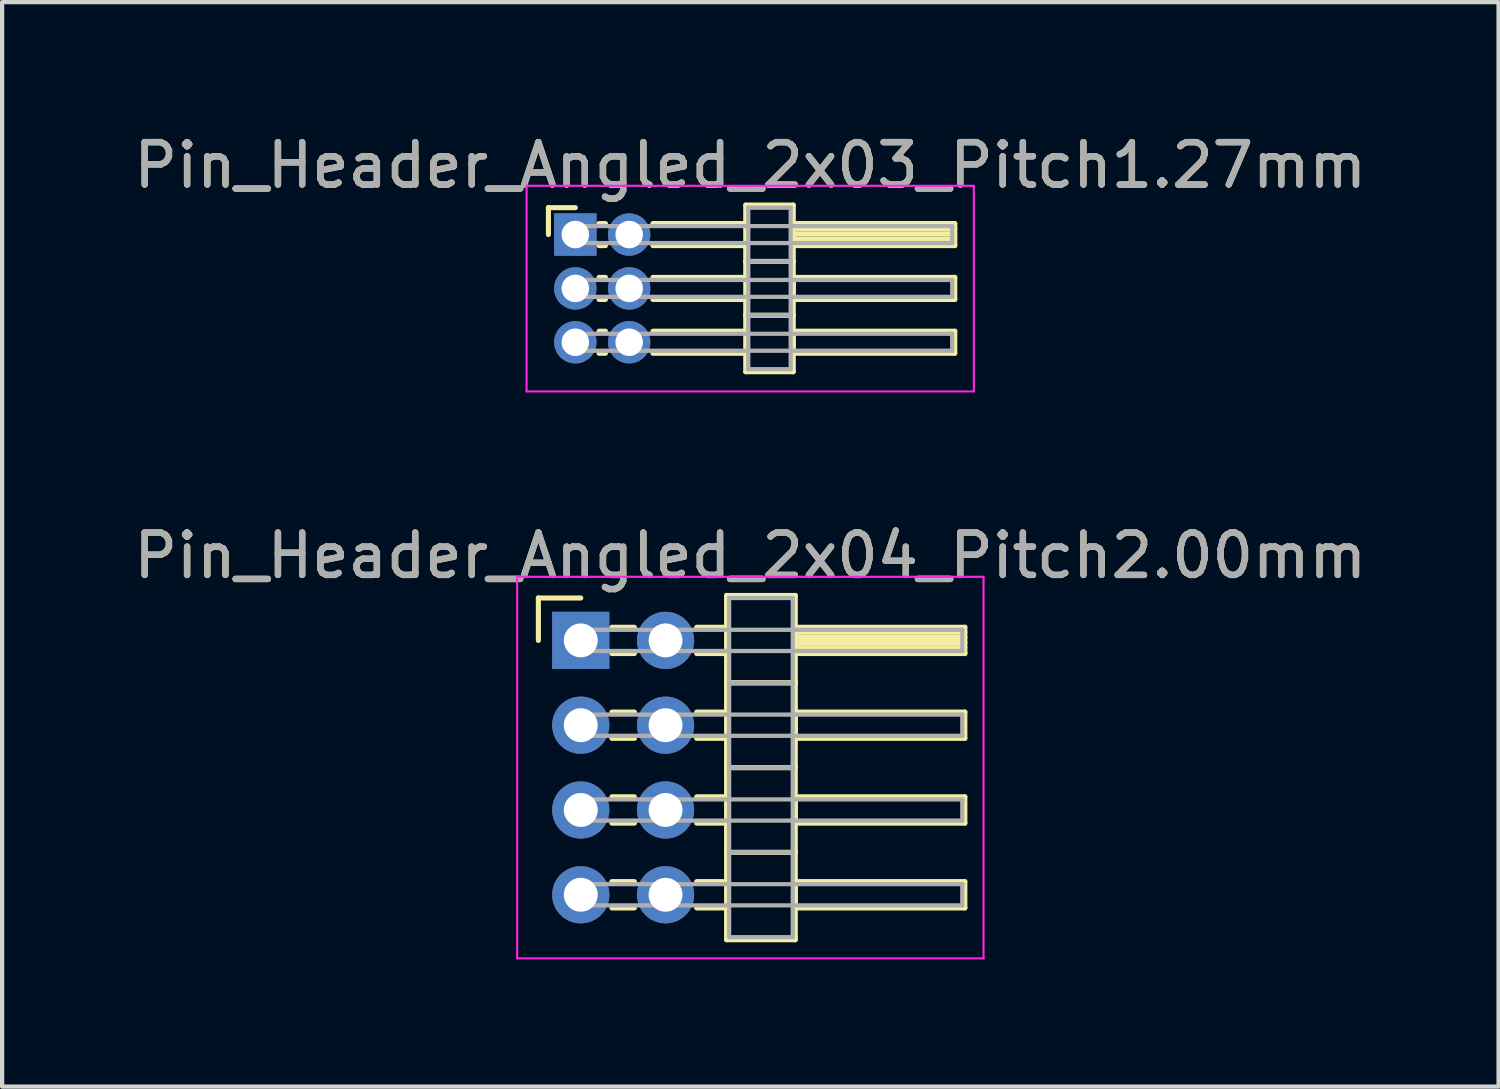
<source format=kicad_pcb>
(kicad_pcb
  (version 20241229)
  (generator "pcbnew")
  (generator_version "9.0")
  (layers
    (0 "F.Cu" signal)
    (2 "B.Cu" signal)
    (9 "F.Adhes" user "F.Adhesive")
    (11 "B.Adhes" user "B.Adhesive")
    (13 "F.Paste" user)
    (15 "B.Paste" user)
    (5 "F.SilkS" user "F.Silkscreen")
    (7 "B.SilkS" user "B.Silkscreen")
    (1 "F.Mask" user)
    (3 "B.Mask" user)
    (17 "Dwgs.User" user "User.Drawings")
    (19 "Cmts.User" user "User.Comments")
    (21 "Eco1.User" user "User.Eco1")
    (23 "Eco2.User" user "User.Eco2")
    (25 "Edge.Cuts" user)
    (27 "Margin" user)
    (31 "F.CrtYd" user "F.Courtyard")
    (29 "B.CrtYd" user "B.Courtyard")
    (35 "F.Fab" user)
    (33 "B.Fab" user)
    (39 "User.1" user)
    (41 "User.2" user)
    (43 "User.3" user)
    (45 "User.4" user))
  (footprint "Pin_Header_Angled_2x04_Pitch2.00mm"
    (layer "F.Cu")
    (at 10.649 12.056)
    (property "Reference" "Pin_Header_Angled_2x04_Pitch2.00mm" (at 4 -2 0) (layer "F.SilkS") (effects (font (size 1 1) (thickness 0.15))))
    (attr through_hole)
    (fp_line (start -1 -1) (end 0 -1) (stroke (width 0.12) (type solid)) (layer "F.SilkS"))
    (fp_line (start -1 0) (end -1 -1) (stroke (width 0.12) (type solid)) (layer "F.SilkS"))
    (fp_line (start 0.735 -0.31) (end 1.265 -0.31) (stroke (width 0.12) (type solid)) (layer "F.SilkS"))
    (fp_line (start 0.735 0.31) (end 1.265 0.31) (stroke (width 0.12) (type solid)) (layer "F.SilkS"))
    (fp_line (start 0.735 1.69) (end 1.265 1.69) (stroke (width 0.12) (type solid)) (layer "F.SilkS"))
    (fp_line (start 0.735 2.31) (end 1.265 2.31) (stroke (width 0.12) (type solid)) (layer "F.SilkS"))
    (fp_line (start 0.735 3.69) (end 1.265 3.69) (stroke (width 0.12) (type solid)) (layer "F.SilkS"))
    (fp_line (start 0.735 4.31) (end 1.265 4.31) (stroke (width 0.12) (type solid)) (layer "F.SilkS"))
    (fp_line (start 0.735 5.69) (end 1.265 5.69) (stroke (width 0.12) (type solid)) (layer "F.SilkS"))
    (fp_line (start 0.735 6.31) (end 1.265 6.31) (stroke (width 0.12) (type solid)) (layer "F.SilkS"))
    (fp_line (start 2.735 -0.31) (end 3.44 -0.31) (stroke (width 0.12) (type solid)) (layer "F.SilkS"))
    (fp_line (start 2.735 0.31) (end 3.44 0.31) (stroke (width 0.12) (type solid)) (layer "F.SilkS"))
    (fp_line (start 2.735 1.69) (end 3.44 1.69) (stroke (width 0.12) (type solid)) (layer "F.SilkS"))
    (fp_line (start 2.735 2.31) (end 3.44 2.31) (stroke (width 0.12) (type solid)) (layer "F.SilkS"))
    (fp_line (start 2.735 3.69) (end 3.44 3.69) (stroke (width 0.12) (type solid)) (layer "F.SilkS"))
    (fp_line (start 2.735 4.31) (end 3.44 4.31) (stroke (width 0.12) (type solid)) (layer "F.SilkS"))
    (fp_line (start 2.735 5.69) (end 3.44 5.69) (stroke (width 0.12) (type solid)) (layer "F.SilkS"))
    (fp_line (start 2.735 6.31) (end 3.44 6.31) (stroke (width 0.12) (type solid)) (layer "F.SilkS"))
    (fp_line (start 3.44 -1.06) (end 3.44 1) (stroke (width 0.12) (type solid)) (layer "F.SilkS"))
    (fp_line (start 3.44 1) (end 3.44 3) (stroke (width 0.12) (type solid)) (layer "F.SilkS"))
    (fp_line (start 3.44 1) (end 5.06 1) (stroke (width 0.12) (type solid)) (layer "F.SilkS"))
    (fp_line (start 3.44 3) (end 3.44 5) (stroke (width 0.12) (type solid)) (layer "F.SilkS"))
    (fp_line (start 3.44 3) (end 5.06 3) (stroke (width 0.12) (type solid)) (layer "F.SilkS"))
    (fp_line (start 3.44 5) (end 3.44 7.06) (stroke (width 0.12) (type solid)) (layer "F.SilkS"))
    (fp_line (start 3.44 5) (end 5.06 5) (stroke (width 0.12) (type solid)) (layer "F.SilkS"))
    (fp_line (start 3.44 7.06) (end 5.06 7.06) (stroke (width 0.12) (type solid)) (layer "F.SilkS"))
    (fp_line (start 5.06 -1.06) (end 3.44 -1.06) (stroke (width 0.12) (type solid)) (layer "F.SilkS"))
    (fp_line (start 5.06 -0.31) (end 5.06 0.31) (stroke (width 0.12) (type solid)) (layer "F.SilkS"))
    (fp_line (start 5.06 -0.19) (end 9.06 -0.19) (stroke (width 0.12) (type solid)) (layer "F.SilkS"))
    (fp_line (start 5.06 -0.07) (end 9.06 -0.07) (stroke (width 0.12) (type solid)) (layer "F.SilkS"))
    (fp_line (start 5.06 0.05) (end 9.06 0.05) (stroke (width 0.12) (type solid)) (layer "F.SilkS"))
    (fp_line (start 5.06 0.17) (end 9.06 0.17) (stroke (width 0.12) (type solid)) (layer "F.SilkS"))
    (fp_line (start 5.06 0.29) (end 9.06 0.29) (stroke (width 0.12) (type solid)) (layer "F.SilkS"))
    (fp_line (start 5.06 0.31) (end 9.06 0.31) (stroke (width 0.12) (type solid)) (layer "F.SilkS"))
    (fp_line (start 5.06 1) (end 3.44 1) (stroke (width 0.12) (type solid)) (layer "F.SilkS"))
    (fp_line (start 5.06 1) (end 5.06 -1.06) (stroke (width 0.12) (type solid)) (layer "F.SilkS"))
    (fp_line (start 5.06 1.69) (end 5.06 2.31) (stroke (width 0.12) (type solid)) (layer "F.SilkS"))
    (fp_line (start 5.06 2.31) (end 9.06 2.31) (stroke (width 0.12) (type solid)) (layer "F.SilkS"))
    (fp_line (start 5.06 3) (end 3.44 3) (stroke (width 0.12) (type solid)) (layer "F.SilkS"))
    (fp_line (start 5.06 3) (end 5.06 1) (stroke (width 0.12) (type solid)) (layer "F.SilkS"))
    (fp_line (start 5.06 3.69) (end 5.06 4.31) (stroke (width 0.12) (type solid)) (layer "F.SilkS"))
    (fp_line (start 5.06 4.31) (end 9.06 4.31) (stroke (width 0.12) (type solid)) (layer "F.SilkS"))
    (fp_line (start 5.06 5) (end 3.44 5) (stroke (width 0.12) (type solid)) (layer "F.SilkS"))
    (fp_line (start 5.06 5) (end 5.06 3) (stroke (width 0.12) (type solid)) (layer "F.SilkS"))
    (fp_line (start 5.06 5.69) (end 5.06 6.31) (stroke (width 0.12) (type solid)) (layer "F.SilkS"))
    (fp_line (start 5.06 6.31) (end 9.06 6.31) (stroke (width 0.12) (type solid)) (layer "F.SilkS"))
    (fp_line (start 5.06 7.06) (end 5.06 5) (stroke (width 0.12) (type solid)) (layer "F.SilkS"))
    (fp_line (start 9.06 -0.31) (end 5.06 -0.31) (stroke (width 0.12) (type solid)) (layer "F.SilkS"))
    (fp_line (start 9.06 0.31) (end 9.06 -0.31) (stroke (width 0.12) (type solid)) (layer "F.SilkS"))
    (fp_line (start 9.06 1.69) (end 5.06 1.69) (stroke (width 0.12) (type solid)) (layer "F.SilkS"))
    (fp_line (start 9.06 2.31) (end 9.06 1.69) (stroke (width 0.12) (type solid)) (layer "F.SilkS"))
    (fp_line (start 9.06 3.69) (end 5.06 3.69) (stroke (width 0.12) (type solid)) (layer "F.SilkS"))
    (fp_line (start 9.06 4.31) (end 9.06 3.69) (stroke (width 0.12) (type solid)) (layer "F.SilkS"))
    (fp_line (start 9.06 5.69) (end 5.06 5.69) (stroke (width 0.12) (type solid)) (layer "F.SilkS"))
    (fp_line (start 9.06 6.31) (end 9.06 5.69) (stroke (width 0.12) (type solid)) (layer "F.SilkS"))
    (fp_line (start -1.5 -1.5) (end -1.5 7.5) (stroke (width 0.05) (type solid)) (layer "F.CrtYd"))
    (fp_line (start -1.5 7.5) (end 9.5 7.5) (stroke (width 0.05) (type solid)) (layer "F.CrtYd"))
    (fp_line (start 9.5 -1.5) (end -1.5 -1.5) (stroke (width 0.05) (type solid)) (layer "F.CrtYd"))
    (fp_line (start 9.5 7.5) (end 9.5 -1.5) (stroke (width 0.05) (type solid)) (layer "F.CrtYd"))
    (fp_line (start 0 -0.25) (end 0 0.25) (stroke (width 0.1) (type solid)) (layer "F.Fab"))
    (fp_line (start 0 0.25) (end 9 0.25) (stroke (width 0.1) (type solid)) (layer "F.Fab"))
    (fp_line (start 0 1.75) (end 0 2.25) (stroke (width 0.1) (type solid)) (layer "F.Fab"))
    (fp_line (start 0 2.25) (end 9 2.25) (stroke (width 0.1) (type solid)) (layer "F.Fab"))
    (fp_line (start 0 3.75) (end 0 4.25) (stroke (width 0.1) (type solid)) (layer "F.Fab"))
    (fp_line (start 0 4.25) (end 9 4.25) (stroke (width 0.1) (type solid)) (layer "F.Fab"))
    (fp_line (start 0 5.75) (end 0 6.25) (stroke (width 0.1) (type solid)) (layer "F.Fab"))
    (fp_line (start 0 6.25) (end 9 6.25) (stroke (width 0.1) (type solid)) (layer "F.Fab"))
    (fp_line (start 3.5 -1) (end 3.5 1) (stroke (width 0.1) (type solid)) (layer "F.Fab"))
    (fp_line (start 3.5 1) (end 3.5 3) (stroke (width 0.1) (type solid)) (layer "F.Fab"))
    (fp_line (start 3.5 1) (end 5 1) (stroke (width 0.1) (type solid)) (layer "F.Fab"))
    (fp_line (start 3.5 3) (end 3.5 5) (stroke (width 0.1) (type solid)) (layer "F.Fab"))
    (fp_line (start 3.5 3) (end 5 3) (stroke (width 0.1) (type solid)) (layer "F.Fab"))
    (fp_line (start 3.5 5) (end 3.5 7) (stroke (width 0.1) (type solid)) (layer "F.Fab"))
    (fp_line (start 3.5 5) (end 5 5) (stroke (width 0.1) (type solid)) (layer "F.Fab"))
    (fp_line (start 3.5 7) (end 5 7) (stroke (width 0.1) (type solid)) (layer "F.Fab"))
    (fp_line (start 5 -1) (end 3.5 -1) (stroke (width 0.1) (type solid)) (layer "F.Fab"))
    (fp_line (start 5 1) (end 3.5 1) (stroke (width 0.1) (type solid)) (layer "F.Fab"))
    (fp_line (start 5 1) (end 5 -1) (stroke (width 0.1) (type solid)) (layer "F.Fab"))
    (fp_line (start 5 3) (end 3.5 3) (stroke (width 0.1) (type solid)) (layer "F.Fab"))
    (fp_line (start 5 3) (end 5 1) (stroke (width 0.1) (type solid)) (layer "F.Fab"))
    (fp_line (start 5 5) (end 3.5 5) (stroke (width 0.1) (type solid)) (layer "F.Fab"))
    (fp_line (start 5 5) (end 5 3) (stroke (width 0.1) (type solid)) (layer "F.Fab"))
    (fp_line (start 5 7) (end 5 5) (stroke (width 0.1) (type solid)) (layer "F.Fab"))
    (fp_line (start 9 -0.25) (end 0 -0.25) (stroke (width 0.1) (type solid)) (layer "F.Fab"))
    (fp_line (start 9 0.25) (end 9 -0.25) (stroke (width 0.1) (type solid)) (layer "F.Fab"))
    (fp_line (start 9 1.75) (end 0 1.75) (stroke (width 0.1) (type solid)) (layer "F.Fab"))
    (fp_line (start 9 2.25) (end 9 1.75) (stroke (width 0.1) (type solid)) (layer "F.Fab"))
    (fp_line (start 9 3.75) (end 0 3.75) (stroke (width 0.1) (type solid)) (layer "F.Fab"))
    (fp_line (start 9 4.25) (end 9 3.75) (stroke (width 0.1) (type solid)) (layer "F.Fab"))
    (fp_line (start 9 5.75) (end 0 5.75) (stroke (width 0.1) (type solid)) (layer "F.Fab"))
    (fp_line (start 9 6.25) (end 9 5.75) (stroke (width 0.1) (type solid)) (layer "F.Fab"))
    (fp_text user "${REFERENCE}" (at 4 -2 0) (layer "F.Fab") (effects (font (size 1 1) (thickness 0.15))))
    (pad "1" thru_hole rect (at 0 0) (size 1.35 1.35) (drill 0.8) (layers "*.Cu" "*.Mask"))
    (pad "2" thru_hole oval (at 2 0) (size 1.35 1.35) (drill 0.8) (layers "*.Cu" "*.Mask"))
    (pad "3" thru_hole oval (at 0 2) (size 1.35 1.35) (drill 0.8) (layers "*.Cu" "*.Mask"))
    (pad "4" thru_hole oval (at 2 2) (size 1.35 1.35) (drill 0.8) (layers "*.Cu" "*.Mask"))
    (pad "5" thru_hole oval (at 0 4) (size 1.35 1.35) (drill 0.8) (layers "*.Cu" "*.Mask"))
    (pad "6" thru_hole oval (at 2 4) (size 1.35 1.35) (drill 0.8) (layers "*.Cu" "*.Mask"))
    (pad "7" thru_hole oval (at 0 6) (size 1.35 1.35) (drill 0.8) (layers "*.Cu" "*.Mask"))
    (pad "8" thru_hole oval (at 2 6) (size 1.35 1.35) (drill 0.8) (layers "*.Cu" "*.Mask")))
  (footprint "Pin_Header_Angled_2x03_Pitch1.27mm"
    (layer "F.Cu")
    (at 10.521 2.483)
    (property "Reference" "Pin_Header_Angled_2x03_Pitch1.27mm" (at 4.128 -1.635 0) (layer "F.SilkS") (effects (font (size 1 1) (thickness 0.15))))
    (attr through_hole)
    (fp_line (start -0.635 -0.635) (end 0 -0.635) (stroke (width 0.12) (type solid)) (layer "F.SilkS"))
    (fp_line (start -0.635 0) (end -0.635 -0.635) (stroke (width 0.12) (type solid)) (layer "F.SilkS"))
    (fp_line (start 0.56 -0.26) (end 0.71 -0.26) (stroke (width 0.12) (type solid)) (layer "F.SilkS"))
    (fp_line (start 0.56 0.26) (end 0.71 0.26) (stroke (width 0.12) (type solid)) (layer "F.SilkS"))
    (fp_line (start 0.56 1.01) (end 0.71 1.01) (stroke (width 0.12) (type solid)) (layer "F.SilkS"))
    (fp_line (start 0.56 1.53) (end 0.71 1.53) (stroke (width 0.12) (type solid)) (layer "F.SilkS"))
    (fp_line (start 0.56 2.28) (end 0.71 2.28) (stroke (width 0.12) (type solid)) (layer "F.SilkS"))
    (fp_line (start 0.56 2.8) (end 0.71 2.8) (stroke (width 0.12) (type solid)) (layer "F.SilkS"))
    (fp_line (start 1.83 -0.26) (end 4.02 -0.26) (stroke (width 0.12) (type solid)) (layer "F.SilkS"))
    (fp_line (start 1.83 0.26) (end 4.02 0.26) (stroke (width 0.12) (type solid)) (layer "F.SilkS"))
    (fp_line (start 1.83 1.01) (end 4.02 1.01) (stroke (width 0.12) (type solid)) (layer "F.SilkS"))
    (fp_line (start 1.83 1.53) (end 4.02 1.53) (stroke (width 0.12) (type solid)) (layer "F.SilkS"))
    (fp_line (start 1.83 2.28) (end 4.02 2.28) (stroke (width 0.12) (type solid)) (layer "F.SilkS"))
    (fp_line (start 1.83 2.8) (end 4.02 2.8) (stroke (width 0.12) (type solid)) (layer "F.SilkS"))
    (fp_line (start 4.02 -0.695) (end 4.02 0.635) (stroke (width 0.12) (type solid)) (layer "F.SilkS"))
    (fp_line (start 4.02 0.635) (end 4.02 1.905) (stroke (width 0.12) (type solid)) (layer "F.SilkS"))
    (fp_line (start 4.02 0.635) (end 5.14 0.635) (stroke (width 0.12) (type solid)) (layer "F.SilkS"))
    (fp_line (start 4.02 1.905) (end 4.02 3.235) (stroke (width 0.12) (type solid)) (layer "F.SilkS"))
    (fp_line (start 4.02 1.905) (end 5.14 1.905) (stroke (width 0.12) (type solid)) (layer "F.SilkS"))
    (fp_line (start 4.02 3.235) (end 5.14 3.235) (stroke (width 0.12) (type solid)) (layer "F.SilkS"))
    (fp_line (start 5.14 -0.695) (end 4.02 -0.695) (stroke (width 0.12) (type solid)) (layer "F.SilkS"))
    (fp_line (start 5.14 -0.26) (end 5.14 0.26) (stroke (width 0.12) (type solid)) (layer "F.SilkS"))
    (fp_line (start 5.14 -0.14) (end 8.95 -0.14) (stroke (width 0.12) (type solid)) (layer "F.SilkS"))
    (fp_line (start 5.14 -0.02) (end 8.95 -0.02) (stroke (width 0.12) (type solid)) (layer "F.SilkS"))
    (fp_line (start 5.14 0.1) (end 8.95 0.1) (stroke (width 0.12) (type solid)) (layer "F.SilkS"))
    (fp_line (start 5.14 0.22) (end 8.95 0.22) (stroke (width 0.12) (type solid)) (layer "F.SilkS"))
    (fp_line (start 5.14 0.26) (end 8.95 0.26) (stroke (width 0.12) (type solid)) (layer "F.SilkS"))
    (fp_line (start 5.14 0.635) (end 4.02 0.635) (stroke (width 0.12) (type solid)) (layer "F.SilkS"))
    (fp_line (start 5.14 0.635) (end 5.14 -0.695) (stroke (width 0.12) (type solid)) (layer "F.SilkS"))
    (fp_line (start 5.14 1.01) (end 5.14 1.53) (stroke (width 0.12) (type solid)) (layer "F.SilkS"))
    (fp_line (start 5.14 1.53) (end 8.95 1.53) (stroke (width 0.12) (type solid)) (layer "F.SilkS"))
    (fp_line (start 5.14 1.905) (end 4.02 1.905) (stroke (width 0.12) (type solid)) (layer "F.SilkS"))
    (fp_line (start 5.14 1.905) (end 5.14 0.635) (stroke (width 0.12) (type solid)) (layer "F.SilkS"))
    (fp_line (start 5.14 2.28) (end 5.14 2.8) (stroke (width 0.12) (type solid)) (layer "F.SilkS"))
    (fp_line (start 5.14 2.8) (end 8.95 2.8) (stroke (width 0.12) (type solid)) (layer "F.SilkS"))
    (fp_line (start 5.14 3.235) (end 5.14 1.905) (stroke (width 0.12) (type solid)) (layer "F.SilkS"))
    (fp_line (start 8.95 -0.26) (end 5.14 -0.26) (stroke (width 0.12) (type solid)) (layer "F.SilkS"))
    (fp_line (start 8.95 0.26) (end 8.95 -0.26) (stroke (width 0.12) (type solid)) (layer "F.SilkS"))
    (fp_line (start 8.95 1.01) (end 5.14 1.01) (stroke (width 0.12) (type solid)) (layer "F.SilkS"))
    (fp_line (start 8.95 1.53) (end 8.95 1.01) (stroke (width 0.12) (type solid)) (layer "F.SilkS"))
    (fp_line (start 8.95 2.28) (end 5.14 2.28) (stroke (width 0.12) (type solid)) (layer "F.SilkS"))
    (fp_line (start 8.95 2.8) (end 8.95 2.28) (stroke (width 0.12) (type solid)) (layer "F.SilkS"))
    (fp_line (start -1.15 -1.15) (end -1.15 3.7) (stroke (width 0.05) (type solid)) (layer "F.CrtYd"))
    (fp_line (start -1.15 3.7) (end 9.4 3.7) (stroke (width 0.05) (type solid)) (layer "F.CrtYd"))
    (fp_line (start 9.4 -1.15) (end -1.15 -1.15) (stroke (width 0.05) (type solid)) (layer "F.CrtYd"))
    (fp_line (start 9.4 3.7) (end 9.4 -1.15) (stroke (width 0.05) (type solid)) (layer "F.CrtYd"))
    (fp_line (start 0 -0.2) (end 0 0.2) (stroke (width 0.1) (type solid)) (layer "F.Fab"))
    (fp_line (start 0 0.2) (end 8.89 0.2) (stroke (width 0.1) (type solid)) (layer "F.Fab"))
    (fp_line (start 0 1.07) (end 0 1.47) (stroke (width 0.1) (type solid)) (layer "F.Fab"))
    (fp_line (start 0 1.47) (end 8.89 1.47) (stroke (width 0.1) (type solid)) (layer "F.Fab"))
    (fp_line (start 0 2.34) (end 0 2.74) (stroke (width 0.1) (type solid)) (layer "F.Fab"))
    (fp_line (start 0 2.74) (end 8.89 2.74) (stroke (width 0.1) (type solid)) (layer "F.Fab"))
    (fp_line (start 4.08 -0.635) (end 4.08 0.635) (stroke (width 0.1) (type solid)) (layer "F.Fab"))
    (fp_line (start 4.08 0.635) (end 4.08 1.905) (stroke (width 0.1) (type solid)) (layer "F.Fab"))
    (fp_line (start 4.08 0.635) (end 5.08 0.635) (stroke (width 0.1) (type solid)) (layer "F.Fab"))
    (fp_line (start 4.08 1.905) (end 4.08 3.175) (stroke (width 0.1) (type solid)) (layer "F.Fab"))
    (fp_line (start 4.08 1.905) (end 5.08 1.905) (stroke (width 0.1) (type solid)) (layer "F.Fab"))
    (fp_line (start 4.08 3.175) (end 5.08 3.175) (stroke (width 0.1) (type solid)) (layer "F.Fab"))
    (fp_line (start 5.08 -0.635) (end 4.08 -0.635) (stroke (width 0.1) (type solid)) (layer "F.Fab"))
    (fp_line (start 5.08 0.635) (end 4.08 0.635) (stroke (width 0.1) (type solid)) (layer "F.Fab"))
    (fp_line (start 5.08 0.635) (end 5.08 -0.635) (stroke (width 0.1) (type solid)) (layer "F.Fab"))
    (fp_line (start 5.08 1.905) (end 4.08 1.905) (stroke (width 0.1) (type solid)) (layer "F.Fab"))
    (fp_line (start 5.08 1.905) (end 5.08 0.635) (stroke (width 0.1) (type solid)) (layer "F.Fab"))
    (fp_line (start 5.08 3.175) (end 5.08 1.905) (stroke (width 0.1) (type solid)) (layer "F.Fab"))
    (fp_line (start 8.89 -0.2) (end 0 -0.2) (stroke (width 0.1) (type solid)) (layer "F.Fab"))
    (fp_line (start 8.89 0.2) (end 8.89 -0.2) (stroke (width 0.1) (type solid)) (layer "F.Fab"))
    (fp_line (start 8.89 1.07) (end 0 1.07) (stroke (width 0.1) (type solid)) (layer "F.Fab"))
    (fp_line (start 8.89 1.47) (end 8.89 1.07) (stroke (width 0.1) (type solid)) (layer "F.Fab"))
    (fp_line (start 8.89 2.34) (end 0 2.34) (stroke (width 0.1) (type solid)) (layer "F.Fab"))
    (fp_line (start 8.89 2.74) (end 8.89 2.34) (stroke (width 0.1) (type solid)) (layer "F.Fab"))
    (fp_text user "${REFERENCE}" (at 4.128 -1.635 0) (layer "F.Fab") (effects (font (size 1 1) (thickness 0.15))))
    (pad "1" thru_hole rect (at 0 0) (size 1 1) (drill 0.65) (layers "*.Cu" "*.Mask"))
    (pad "2" thru_hole oval (at 1.27 0) (size 1 1) (drill 0.65) (layers "*.Cu" "*.Mask"))
    (pad "3" thru_hole oval (at 0 1.27) (size 1 1) (drill 0.65) (layers "*.Cu" "*.Mask"))
    (pad "4" thru_hole oval (at 1.27 1.27) (size 1 1) (drill 0.65) (layers "*.Cu" "*.Mask"))
    (pad "5" thru_hole oval (at 0 2.54) (size 1 1) (drill 0.65) (layers "*.Cu" "*.Mask"))
    (pad "6" thru_hole oval (at 1.27 2.54) (size 1 1) (drill 0.65) (layers "*.Cu" "*.Mask")))
  (gr_rect
    (start -3 -3)
    (end 32.298 22.581)
    (stroke (width 0.1) (type default))
    (fill no)
    (layer "Edge.Cuts")))
</source>
